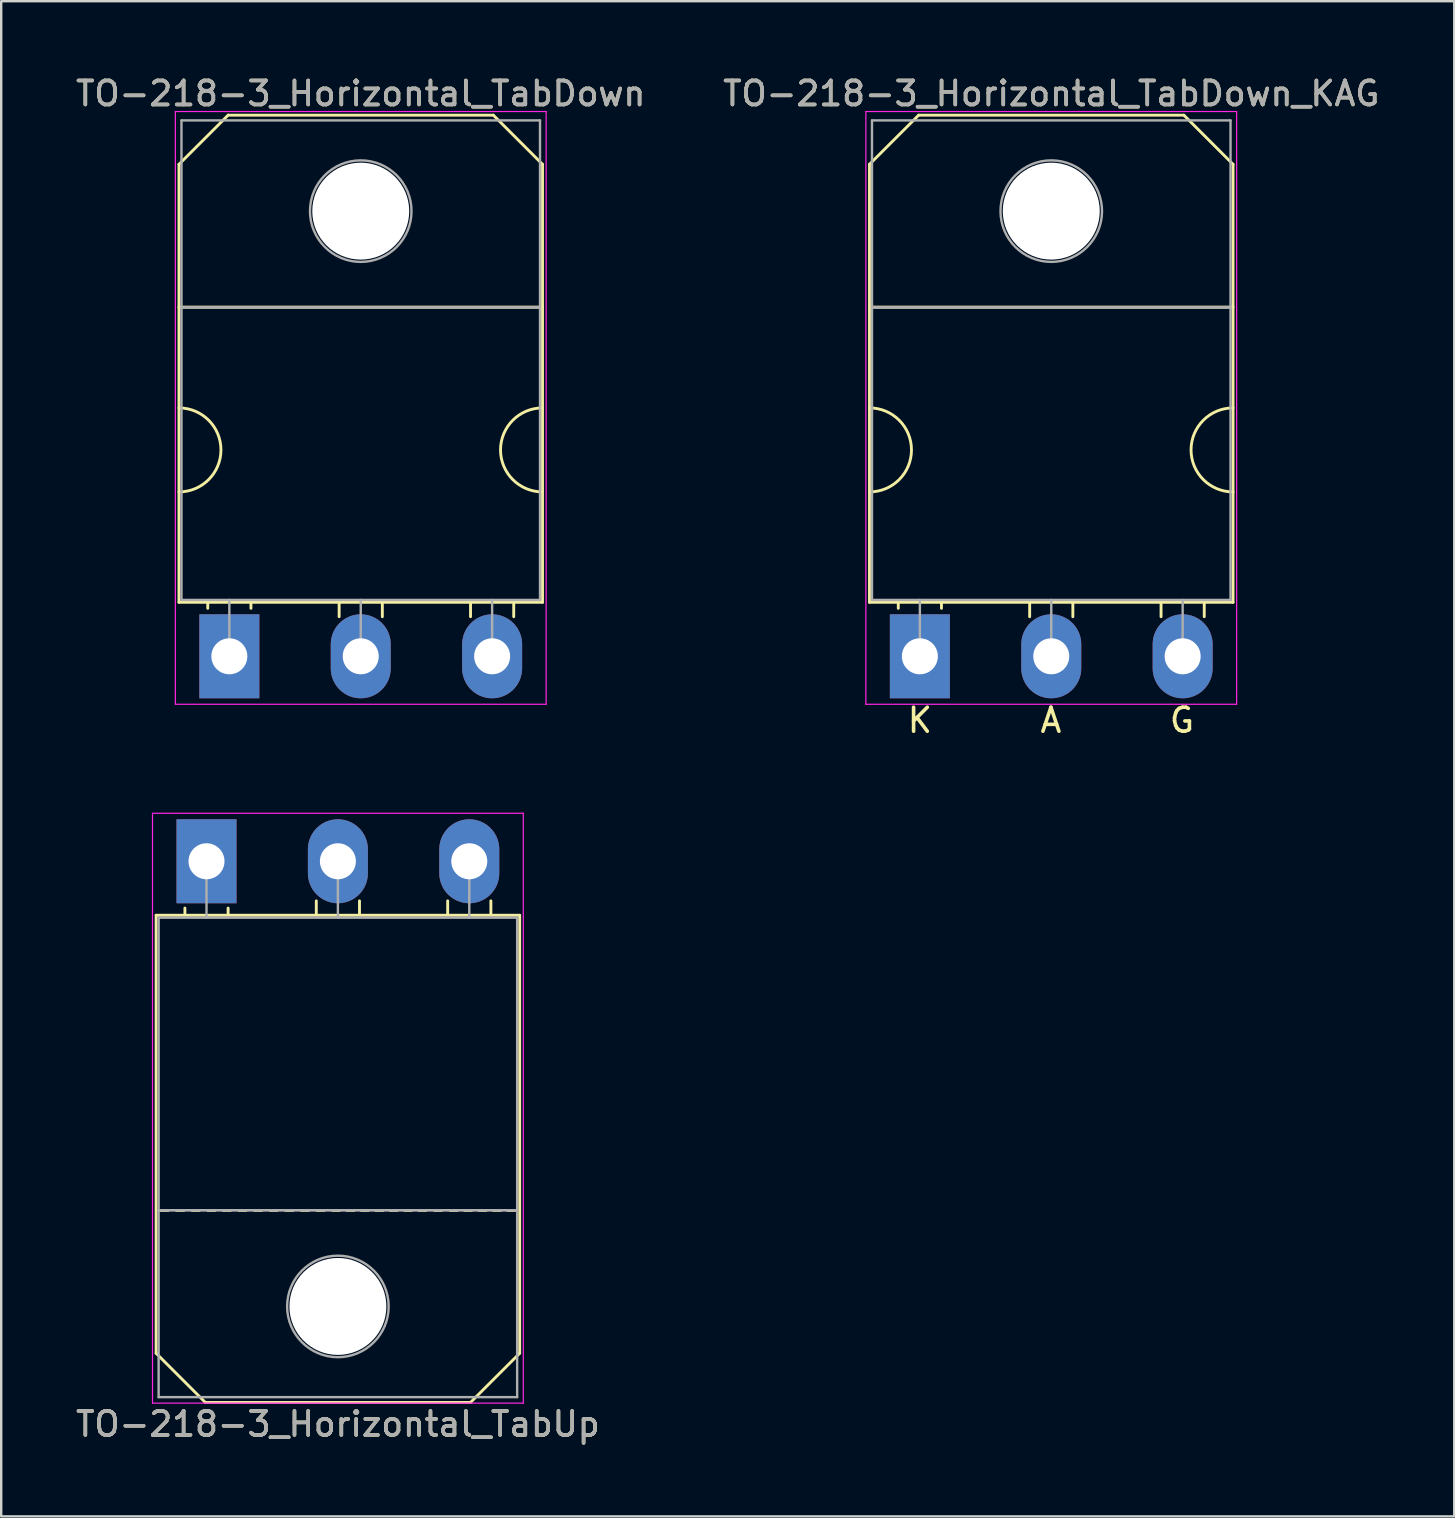
<source format=kicad_pcb>
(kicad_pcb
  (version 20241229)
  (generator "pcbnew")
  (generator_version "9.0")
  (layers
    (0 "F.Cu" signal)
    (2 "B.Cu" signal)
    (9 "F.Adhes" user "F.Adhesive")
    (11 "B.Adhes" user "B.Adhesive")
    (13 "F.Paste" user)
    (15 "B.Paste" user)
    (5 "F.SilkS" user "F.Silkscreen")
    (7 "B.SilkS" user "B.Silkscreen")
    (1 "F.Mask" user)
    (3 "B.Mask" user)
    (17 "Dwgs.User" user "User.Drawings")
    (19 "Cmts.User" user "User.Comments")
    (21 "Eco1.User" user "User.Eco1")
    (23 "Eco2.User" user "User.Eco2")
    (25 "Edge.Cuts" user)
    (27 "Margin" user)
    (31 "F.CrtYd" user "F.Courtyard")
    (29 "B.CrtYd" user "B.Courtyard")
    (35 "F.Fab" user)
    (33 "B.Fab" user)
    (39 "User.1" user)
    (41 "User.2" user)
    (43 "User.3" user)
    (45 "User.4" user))
  (footprint "TO-218-3_Horizontal_TabDown"
    (layer "F.Cu")
    (at 6.507 24.298)
    (property "Reference" "TO-218-3_Horizontal_TabDown" (at 5.475 -23.45 0) (layer "F.SilkS") (effects (font (size 1 1) (thickness 0.15))))
    (attr through_hole)
    (fp_line (start -2.1 -20.5) (end -0.05 -22.55) (stroke (width 0.12) (type solid)) (layer "F.SilkS"))
    (fp_line (start -2.1 -14.55) (end 13.05 -14.55) (stroke (width 0.12) (type solid)) (layer "F.SilkS"))
    (fp_line (start -2.1 -2.25) (end -2.1 -20.5) (stroke (width 0.12) (type solid)) (layer "F.SilkS"))
    (fp_line (start -0.9 -2.2) (end -0.9 -2) (stroke (width 0.12) (type solid)) (layer "F.SilkS"))
    (fp_line (start -0.05 -22.55) (end 11 -22.55) (stroke (width 0.12) (type solid)) (layer "F.SilkS"))
    (fp_line (start 0.9 -2.2) (end 0.9 -2) (stroke (width 0.12) (type solid)) (layer "F.SilkS"))
    (fp_line (start 4.575 -2.2) (end 4.575 -1.65) (stroke (width 0.12) (type solid)) (layer "F.SilkS"))
    (fp_line (start 6.375 -2.2) (end 6.375 -1.65) (stroke (width 0.12) (type solid)) (layer "F.SilkS"))
    (fp_line (start 10.05 -2.2) (end 10.05 -1.65) (stroke (width 0.12) (type solid)) (layer "F.SilkS"))
    (fp_line (start 11.85 -2.2) (end 11.85 -1.65) (stroke (width 0.12) (type solid)) (layer "F.SilkS"))
    (fp_line (start 13.05 -20.5) (end 11 -22.55) (stroke (width 0.12) (type solid)) (layer "F.SilkS"))
    (fp_line (start 13.05 -20.5) (end 13.05 -2.25) (stroke (width 0.12) (type solid)) (layer "F.SilkS"))
    (fp_line (start 13.05 -2.25) (end -2.1 -2.25) (stroke (width 0.12) (type solid)) (layer "F.SilkS"))
    (fp_arc (start -2.1 -10.35) (mid -0.35 -8.6) (end -2.1 -6.85) (stroke (width 0.12) (type solid)) (layer "F.SilkS"))
    (fp_arc (start 13.05 -6.85) (mid 11.3 -8.6) (end 13.05 -10.35) (stroke (width 0.12) (type solid)) (layer "F.SilkS"))
    (fp_line (start -2.25 -22.7) (end -2.25 2) (stroke (width 0.05) (type solid)) (layer "F.CrtYd"))
    (fp_line (start -2.25 2) (end 13.2 2) (stroke (width 0.05) (type solid)) (layer "F.CrtYd"))
    (fp_line (start 13.2 -22.7) (end -2.25 -22.7) (stroke (width 0.05) (type solid)) (layer "F.CrtYd"))
    (fp_line (start 13.2 2) (end 13.2 -22.7) (stroke (width 0.05) (type solid)) (layer "F.CrtYd"))
    (fp_line (start -1.995 -22.33) (end 12.945 -22.33) (stroke (width 0.1) (type solid)) (layer "F.Fab"))
    (fp_line (start -1.995 -14.54) (end -1.995 -22.33) (stroke (width 0.1) (type solid)) (layer "F.Fab"))
    (fp_line (start -1.995 -14.54) (end 12.945 -14.54) (stroke (width 0.1) (type solid)) (layer "F.Fab"))
    (fp_line (start -1.995 -2.35) (end -1.995 -14.54) (stroke (width 0.1) (type solid)) (layer "F.Fab"))
    (fp_line (start 0 -2.35) (end 0 0) (stroke (width 0.1) (type solid)) (layer "F.Fab"))
    (fp_line (start 5.475 -2.35) (end 5.475 0) (stroke (width 0.1) (type solid)) (layer "F.Fab"))
    (fp_line (start 10.95 -2.35) (end 10.95 0) (stroke (width 0.1) (type solid)) (layer "F.Fab"))
    (fp_line (start 12.945 -22.33) (end 12.945 -14.54) (stroke (width 0.1) (type solid)) (layer "F.Fab"))
    (fp_line (start 12.945 -14.54) (end -1.995 -14.54) (stroke (width 0.1) (type solid)) (layer "F.Fab"))
    (fp_line (start 12.945 -14.54) (end 12.945 -2.35) (stroke (width 0.1) (type solid)) (layer "F.Fab"))
    (fp_line (start 12.945 -2.35) (end -1.995 -2.35) (stroke (width 0.1) (type solid)) (layer "F.Fab"))
    (fp_circle (center 5.475 -18.55) (end 7.59 -18.55) (stroke (width 0.1) (type solid)) (fill no) (layer "F.Fab"))
    (fp_text user "${REFERENCE}" (at 5.475 -23.45 0) (layer "F.Fab") (effects (font (size 1 1) (thickness 0.15))))
    (pad "" np_thru_hole oval (at 5.475 -18.55) (size 4.04 4.04) (drill 4.04) (layers "*.Cu" "*.Mask"))
    (pad "1" thru_hole rect (at 0 0) (size 2.5 3.5) (drill 1.5) (layers "*.Cu" "*.Mask"))
    (pad "2" thru_hole oval (at 5.475 0) (size 2.5 3.5) (drill 1.5) (layers "*.Cu" "*.Mask"))
    (pad "3" thru_hole oval (at 10.95 0) (size 2.5 3.5) (drill 1.5) (layers "*.Cu" "*.Mask")))
  (footprint "TO-218-3_Horizontal_TabDown_KAG"
    (layer "F.Cu")
    (at 35.281 24.298)
    (property "Reference" "TO-218-3_Horizontal_TabDown_KAG" (at 5.475 -23.45 0) (layer "F.SilkS") (effects (font (size 1 1) (thickness 0.15))))
    (fp_line (start -2.1 -20.5) (end -0.05 -22.55) (stroke (width 0.12) (type solid)) (layer "F.SilkS"))
    (fp_line (start -2.1 -14.55) (end 13.05 -14.55) (stroke (width 0.12) (type solid)) (layer "F.SilkS"))
    (fp_line (start -2.1 -2.25) (end -2.1 -20.5) (stroke (width 0.12) (type solid)) (layer "F.SilkS"))
    (fp_line (start -0.9 -2.2) (end -0.9 -2) (stroke (width 0.12) (type solid)) (layer "F.SilkS"))
    (fp_line (start -0.05 -22.55) (end 11 -22.55) (stroke (width 0.12) (type solid)) (layer "F.SilkS"))
    (fp_line (start 0.9 -2.2) (end 0.9 -2) (stroke (width 0.12) (type solid)) (layer "F.SilkS"))
    (fp_line (start 4.575 -2.2) (end 4.575 -1.65) (stroke (width 0.12) (type solid)) (layer "F.SilkS"))
    (fp_line (start 6.375 -2.2) (end 6.375 -1.65) (stroke (width 0.12) (type solid)) (layer "F.SilkS"))
    (fp_line (start 10.05 -2.2) (end 10.05 -1.65) (stroke (width 0.12) (type solid)) (layer "F.SilkS"))
    (fp_line (start 11.85 -2.2) (end 11.85 -1.65) (stroke (width 0.12) (type solid)) (layer "F.SilkS"))
    (fp_line (start 13.05 -20.5) (end 11 -22.55) (stroke (width 0.12) (type solid)) (layer "F.SilkS"))
    (fp_line (start 13.05 -20.5) (end 13.05 -2.25) (stroke (width 0.12) (type solid)) (layer "F.SilkS"))
    (fp_line (start 13.05 -2.25) (end -2.1 -2.25) (stroke (width 0.12) (type solid)) (layer "F.SilkS"))
    (fp_arc (start -2.1 -10.35) (mid -0.35 -8.6) (end -2.1 -6.85) (stroke (width 0.12) (type solid)) (layer "F.SilkS"))
    (fp_arc (start 13.05 -6.85) (mid 11.3 -8.6) (end 13.05 -10.35) (stroke (width 0.12) (type solid)) (layer "F.SilkS"))
    (fp_line (start -2.25 -22.7) (end -2.25 2) (stroke (width 0.05) (type solid)) (layer "F.CrtYd"))
    (fp_line (start -2.25 2) (end 13.2 2) (stroke (width 0.05) (type solid)) (layer "F.CrtYd"))
    (fp_line (start 13.2 -22.7) (end -2.25 -22.7) (stroke (width 0.05) (type solid)) (layer "F.CrtYd"))
    (fp_line (start 13.2 2) (end 13.2 -22.7) (stroke (width 0.05) (type solid)) (layer "F.CrtYd"))
    (fp_line (start -1.995 -22.33) (end 12.945 -22.33) (stroke (width 0.1) (type solid)) (layer "F.Fab"))
    (fp_line (start -1.995 -14.54) (end -1.995 -22.33) (stroke (width 0.1) (type solid)) (layer "F.Fab"))
    (fp_line (start -1.995 -14.54) (end 12.945 -14.54) (stroke (width 0.1) (type solid)) (layer "F.Fab"))
    (fp_line (start -1.995 -2.35) (end -1.995 -14.54) (stroke (width 0.1) (type solid)) (layer "F.Fab"))
    (fp_line (start 0 -2.35) (end 0 0) (stroke (width 0.1) (type solid)) (layer "F.Fab"))
    (fp_line (start 5.475 -2.35) (end 5.475 0) (stroke (width 0.1) (type solid)) (layer "F.Fab"))
    (fp_line (start 10.95 -2.35) (end 10.95 0) (stroke (width 0.1) (type solid)) (layer "F.Fab"))
    (fp_line (start 12.945 -22.33) (end 12.945 -14.54) (stroke (width 0.1) (type solid)) (layer "F.Fab"))
    (fp_line (start 12.945 -14.54) (end -1.995 -14.54) (stroke (width 0.1) (type solid)) (layer "F.Fab"))
    (fp_line (start 12.945 -14.54) (end 12.945 -2.35) (stroke (width 0.1) (type solid)) (layer "F.Fab"))
    (fp_line (start 12.945 -2.35) (end -1.995 -2.35) (stroke (width 0.1) (type solid)) (layer "F.Fab"))
    (fp_circle (center 5.475 -18.55) (end 7.59 -18.55) (stroke (width 0.1) (type solid)) (fill no) (layer "F.Fab"))
    (fp_text user "A" (at 5.461 2.667 0) (unlocked yes) (layer "F.SilkS") (effects (font (size 1 1) (thickness 0.15))))
    (fp_text user "G" (at 10.922 2.667 0) (unlocked yes) (layer "F.SilkS") (effects (font (size 1 1) (thickness 0.15))))
    (fp_text user "K" (at 0 2.667 0) (unlocked yes) (layer "F.SilkS") (effects (font (size 1 1) (thickness 0.15))))
    (fp_text user "${REFERENCE}" (at 5.475 -23.45 0) (layer "F.Fab") (effects (font (size 1 1) (thickness 0.15))))
    (pad "" np_thru_hole oval (at 5.475 -18.55) (size 4.04 4.04) (drill 4.04) (layers "*.Cu" "*.Mask"))
    (pad "1" thru_hole rect (at 0 0) (size 2.5 3.5) (drill 1.5) (layers "*.Cu" "*.Mask"))
    (pad "2" thru_hole oval (at 5.475 0) (size 2.5 3.5) (drill 1.5) (layers "*.Cu" "*.Mask"))
    (pad "3" thru_hole oval (at 10.95 0) (size 2.5 3.5) (drill 1.5) (layers "*.Cu" "*.Mask")))
  (footprint "TO-218-3_Horizontal_TabUp"
    (layer "F.Cu")
    (at 5.555 32.839)
    (property "Reference" "TO-218-3_Horizontal_TabUp" (at 5.475 23.45 0) (layer "F.SilkS") (effects (font (size 1 1) (thickness 0.15))))
    (attr through_hole)
    (fp_line (start -2.1 2.25) (end 13.05 2.25) (stroke (width 0.12) (type solid)) (layer "F.SilkS"))
    (fp_line (start -2.1 20.5) (end -2.1 2.25) (stroke (width 0.12) (type solid)) (layer "F.SilkS"))
    (fp_line (start -2.1 20.5) (end -0.05 22.55) (stroke (width 0.12) (type solid)) (layer "F.SilkS"))
    (fp_line (start -1.6 14.55) (end -1.9 14.55) (stroke (width 0.12) (type solid)) (layer "F.SilkS"))
    (fp_line (start -0.95 14.55) (end -1.25 14.55) (stroke (width 0.12) (type solid)) (layer "F.SilkS"))
    (fp_line (start -0.9 2.2) (end -0.9 1.95) (stroke (width 0.12) (type solid)) (layer "F.SilkS"))
    (fp_line (start -0.3 14.55) (end -0.6 14.55) (stroke (width 0.12) (type solid)) (layer "F.SilkS"))
    (fp_line (start 0.35 14.55) (end 0.05 14.55) (stroke (width 0.12) (type solid)) (layer "F.SilkS"))
    (fp_line (start 0.9 2.2) (end 0.9 1.95) (stroke (width 0.12) (type solid)) (layer "F.SilkS"))
    (fp_line (start 1 14.55) (end 0.7 14.55) (stroke (width 0.12) (type solid)) (layer "F.SilkS"))
    (fp_line (start 1.65 14.55) (end 1.35 14.55) (stroke (width 0.12) (type solid)) (layer "F.SilkS"))
    (fp_line (start 2.3 14.55) (end 2 14.55) (stroke (width 0.12) (type solid)) (layer "F.SilkS"))
    (fp_line (start 2.95 14.55) (end 2.65 14.55) (stroke (width 0.12) (type solid)) (layer "F.SilkS"))
    (fp_line (start 3.6 14.55) (end 3.3 14.55) (stroke (width 0.12) (type solid)) (layer "F.SilkS"))
    (fp_line (start 4.25 14.55) (end 3.95 14.55) (stroke (width 0.12) (type solid)) (layer "F.SilkS"))
    (fp_line (start 4.575 2.2) (end 4.575 1.65) (stroke (width 0.12) (type solid)) (layer "F.SilkS"))
    (fp_line (start 4.9 14.55) (end 4.6 14.55) (stroke (width 0.12) (type solid)) (layer "F.SilkS"))
    (fp_line (start 5.55 14.55) (end 5.25 14.55) (stroke (width 0.12) (type solid)) (layer "F.SilkS"))
    (fp_line (start 6.15 14.55) (end 5.85 14.55) (stroke (width 0.12) (type solid)) (layer "F.SilkS"))
    (fp_line (start 6.375 2.2) (end 6.375 1.65) (stroke (width 0.12) (type solid)) (layer "F.SilkS"))
    (fp_line (start 6.75 14.55) (end 6.45 14.55) (stroke (width 0.12) (type solid)) (layer "F.SilkS"))
    (fp_line (start 7.35 14.55) (end 7.05 14.55) (stroke (width 0.12) (type solid)) (layer "F.SilkS"))
    (fp_line (start 7.95 14.55) (end 7.65 14.55) (stroke (width 0.12) (type solid)) (layer "F.SilkS"))
    (fp_line (start 8.55 14.55) (end 8.25 14.55) (stroke (width 0.12) (type solid)) (layer "F.SilkS"))
    (fp_line (start 9.15 14.55) (end 8.85 14.55) (stroke (width 0.12) (type solid)) (layer "F.SilkS"))
    (fp_line (start 9.8 14.55) (end 9.5 14.55) (stroke (width 0.12) (type solid)) (layer "F.SilkS"))
    (fp_line (start 10.05 2.2) (end 10.05 1.65) (stroke (width 0.12) (type solid)) (layer "F.SilkS"))
    (fp_line (start 10.45 14.55) (end 10.15 14.55) (stroke (width 0.12) (type solid)) (layer "F.SilkS"))
    (fp_line (start 11 22.55) (end -0.05 22.55) (stroke (width 0.12) (type solid)) (layer "F.SilkS"))
    (fp_line (start 11.05 14.55) (end 10.75 14.55) (stroke (width 0.12) (type solid)) (layer "F.SilkS"))
    (fp_line (start 11.65 14.55) (end 11.35 14.55) (stroke (width 0.12) (type solid)) (layer "F.SilkS"))
    (fp_line (start 11.85 2.2) (end 11.85 1.65) (stroke (width 0.12) (type solid)) (layer "F.SilkS"))
    (fp_line (start 12.25 14.55) (end 11.95 14.55) (stroke (width 0.12) (type solid)) (layer "F.SilkS"))
    (fp_line (start 12.85 14.55) (end 12.55 14.55) (stroke (width 0.12) (type solid)) (layer "F.SilkS"))
    (fp_line (start 13.05 2.25) (end 13.05 20.5) (stroke (width 0.12) (type solid)) (layer "F.SilkS"))
    (fp_line (start 13.05 20.5) (end 11 22.55) (stroke (width 0.12) (type solid)) (layer "F.SilkS"))
    (fp_line (start -2.25 -2) (end -2.25 22.58) (stroke (width 0.05) (type solid)) (layer "F.CrtYd"))
    (fp_line (start -2.25 22.58) (end 13.2 22.58) (stroke (width 0.05) (type solid)) (layer "F.CrtYd"))
    (fp_line (start 13.2 -2) (end -2.25 -2) (stroke (width 0.05) (type solid)) (layer "F.CrtYd"))
    (fp_line (start 13.2 22.58) (end 13.2 -2) (stroke (width 0.05) (type solid)) (layer "F.CrtYd"))
    (fp_line (start -1.995 2.35) (end -1.995 14.54) (stroke (width 0.1) (type solid)) (layer "F.Fab"))
    (fp_line (start -1.995 14.54) (end -1.995 22.33) (stroke (width 0.1) (type solid)) (layer "F.Fab"))
    (fp_line (start -1.995 14.54) (end 12.945 14.54) (stroke (width 0.1) (type solid)) (layer "F.Fab"))
    (fp_line (start -1.995 22.33) (end 12.945 22.33) (stroke (width 0.1) (type solid)) (layer "F.Fab"))
    (fp_line (start 0 2.35) (end 0 0) (stroke (width 0.1) (type solid)) (layer "F.Fab"))
    (fp_line (start 5.475 2.35) (end 5.475 0) (stroke (width 0.1) (type solid)) (layer "F.Fab"))
    (fp_line (start 10.95 2.35) (end 10.95 0) (stroke (width 0.1) (type solid)) (layer "F.Fab"))
    (fp_line (start 12.945 2.35) (end -1.995 2.35) (stroke (width 0.1) (type solid)) (layer "F.Fab"))
    (fp_line (start 12.945 14.54) (end -1.995 14.54) (stroke (width 0.1) (type solid)) (layer "F.Fab"))
    (fp_line (start 12.945 14.54) (end 12.945 2.35) (stroke (width 0.1) (type solid)) (layer "F.Fab"))
    (fp_line (start 12.945 22.33) (end 12.945 14.54) (stroke (width 0.1) (type solid)) (layer "F.Fab"))
    (fp_circle (center 5.475 18.55) (end 7.59 18.55) (stroke (width 0.1) (type solid)) (fill no) (layer "F.Fab"))
    (fp_text user "${REFERENCE}" (at 5.475 23.45 0) (layer "F.Fab") (effects (font (size 1 1) (thickness 0.15))))
    (pad "" np_thru_hole oval (at 5.475 18.55) (size 4.04 4.04) (drill 4.04) (layers "*.Cu" "*.Mask"))
    (pad "1" thru_hole rect (at 0 0) (size 2.5 3.5) (drill 1.5) (layers "*.Cu" "*.Mask"))
    (pad "2" thru_hole oval (at 5.475 0) (size 2.5 3.5) (drill 1.5) (layers "*.Cu" "*.Mask"))
    (pad "3" thru_hole oval (at 10.95 0) (size 2.5 3.5) (drill 1.5) (layers "*.Cu" "*.Mask")))
  (gr_rect
    (start -3 -3)
    (end 57.548 60.137)
    (stroke (width 0.1) (type default))
    (fill no)
    (layer "Edge.Cuts")))
</source>
